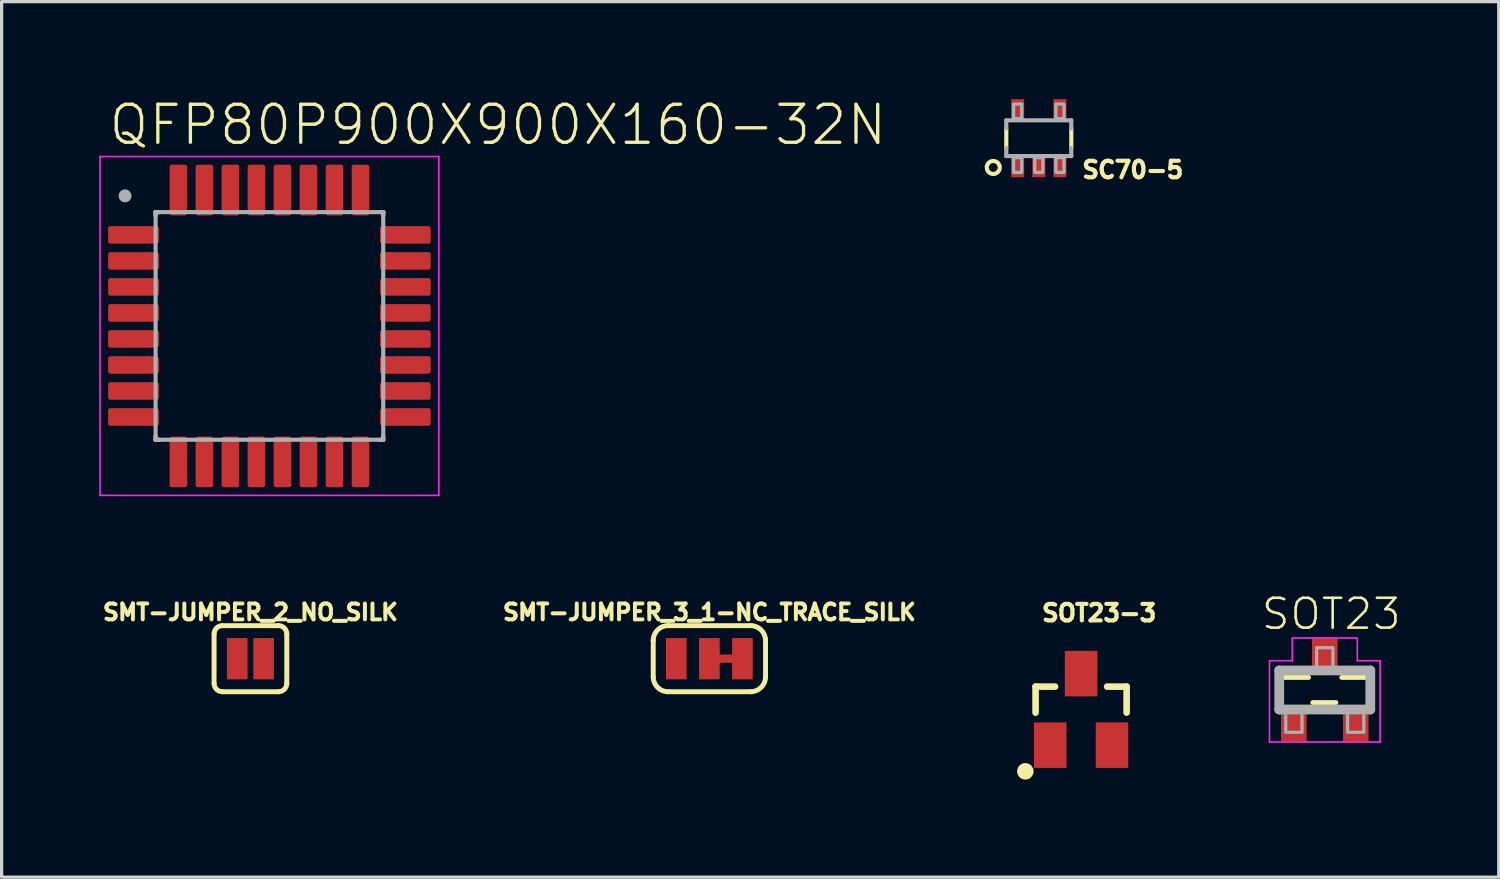
<source format=kicad_pcb>
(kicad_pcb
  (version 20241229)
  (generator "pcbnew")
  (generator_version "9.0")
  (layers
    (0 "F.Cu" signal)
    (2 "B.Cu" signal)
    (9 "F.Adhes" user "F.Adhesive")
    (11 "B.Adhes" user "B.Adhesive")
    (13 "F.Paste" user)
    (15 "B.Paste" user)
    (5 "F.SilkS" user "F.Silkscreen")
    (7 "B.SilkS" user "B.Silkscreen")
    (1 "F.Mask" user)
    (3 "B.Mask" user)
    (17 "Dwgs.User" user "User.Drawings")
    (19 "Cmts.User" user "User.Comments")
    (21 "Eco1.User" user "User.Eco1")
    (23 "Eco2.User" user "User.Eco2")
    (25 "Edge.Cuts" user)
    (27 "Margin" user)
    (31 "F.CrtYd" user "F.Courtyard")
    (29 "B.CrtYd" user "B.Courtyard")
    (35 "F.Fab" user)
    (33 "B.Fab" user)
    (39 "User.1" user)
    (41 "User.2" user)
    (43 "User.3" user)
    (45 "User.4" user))
  (footprint "QFP80P900X900X160-32N"
    (layer "F.Cu")
    (at 5.235 6.973)
    (property "Reference" "QFP80P900X900X160-32N" (at -5 -5.5 0) (layer "F.SilkS") (effects (font (size 1.168 1.168) (thickness 0.102)) (justify left bottom)))
    (fp_line (start -3.5 -3.5) (end -3.5 -3.39) (stroke (width 0.127) (type solid)) (layer "F.SilkS"))
    (fp_line (start -3.5 -3.5) (end -3.39 -3.5) (stroke (width 0.127) (type solid)) (layer "F.SilkS"))
    (fp_line (start -3.5 3.5) (end -3.5 3.39) (stroke (width 0.127) (type solid)) (layer "F.SilkS"))
    (fp_line (start -3.5 3.5) (end -3.39 3.5) (stroke (width 0.127) (type solid)) (layer "F.SilkS"))
    (fp_line (start 3.5 -3.5) (end 3.39 -3.5) (stroke (width 0.127) (type solid)) (layer "F.SilkS"))
    (fp_line (start 3.5 -3.5) (end 3.5 -3.39) (stroke (width 0.127) (type solid)) (layer "F.SilkS"))
    (fp_line (start 3.5 3.5) (end 3.39 3.5) (stroke (width 0.127) (type solid)) (layer "F.SilkS"))
    (fp_line (start 3.5 3.5) (end 3.5 3.39) (stroke (width 0.127) (type solid)) (layer "F.SilkS"))
    (fp_line (start -5.21 -5.21) (end 5.21 -5.21) (stroke (width 0.05) (type solid)) (layer "F.CrtYd"))
    (fp_line (start -5.21 5.21) (end -5.21 -5.21) (stroke (width 0.05) (type solid)) (layer "F.CrtYd"))
    (fp_line (start -5.21 5.21) (end 5.21 5.21) (stroke (width 0.05) (type solid)) (layer "F.CrtYd"))
    (fp_line (start 5.21 5.21) (end 5.21 -5.21) (stroke (width 0.05) (type solid)) (layer "F.CrtYd"))
    (fp_line (start -3.5 3.5) (end -3.5 -3.5) (stroke (width 0.127) (type solid)) (layer "F.Fab"))
    (fp_line (start 3.5 -3.5) (end -3.5 -3.5) (stroke (width 0.127) (type solid)) (layer "F.Fab"))
    (fp_line (start 3.5 3.5) (end -3.5 3.5) (stroke (width 0.127) (type solid)) (layer "F.Fab"))
    (fp_line (start 3.5 3.5) (end 3.5 -3.5) (stroke (width 0.127) (type solid)) (layer "F.Fab"))
    (fp_circle (center -4.44 -4) (end -4.34 -4) (stroke (width 0.2) (type solid)) (fill no) (layer "F.Fab"))
    (pad "1" smd roundrect (at -4.18 -2.8) (size 1.56 0.54) (layers "F.Cu" "F.Mask" "F.Paste") (roundrect_rratio 0.125))
    (pad "2" smd roundrect (at -4.18 -2) (size 1.56 0.54) (layers "F.Cu" "F.Mask" "F.Paste") (roundrect_rratio 0.125))
    (pad "3" smd roundrect (at -4.18 -1.2) (size 1.56 0.54) (layers "F.Cu" "F.Mask" "F.Paste") (roundrect_rratio 0.125))
    (pad "4" smd roundrect (at -4.18 -0.4) (size 1.56 0.54) (layers "F.Cu" "F.Mask" "F.Paste") (roundrect_rratio 0.125))
    (pad "5" smd roundrect (at -4.18 0.4) (size 1.56 0.54) (layers "F.Cu" "F.Mask" "F.Paste") (roundrect_rratio 0.125))
    (pad "6" smd roundrect (at -4.18 1.2) (size 1.56 0.54) (layers "F.Cu" "F.Mask" "F.Paste") (roundrect_rratio 0.125))
    (pad "7" smd roundrect (at -4.18 2) (size 1.56 0.54) (layers "F.Cu" "F.Mask" "F.Paste") (roundrect_rratio 0.125))
    (pad "8" smd roundrect (at -4.18 2.8) (size 1.56 0.54) (layers "F.Cu" "F.Mask" "F.Paste") (roundrect_rratio 0.125))
    (pad "9" smd roundrect (at -2.8 4.18 90) (size 1.56 0.54) (layers "F.Cu" "F.Mask" "F.Paste") (roundrect_rratio 0.125))
    (pad "10" smd roundrect (at -2 4.18 90) (size 1.56 0.54) (layers "F.Cu" "F.Mask" "F.Paste") (roundrect_rratio 0.125))
    (pad "11" smd roundrect (at -1.2 4.18 90) (size 1.56 0.54) (layers "F.Cu" "F.Mask" "F.Paste") (roundrect_rratio 0.125))
    (pad "12" smd roundrect (at -0.4 4.18 90) (size 1.56 0.54) (layers "F.Cu" "F.Mask" "F.Paste") (roundrect_rratio 0.125))
    (pad "13" smd roundrect (at 0.4 4.18 90) (size 1.56 0.54) (layers "F.Cu" "F.Mask" "F.Paste") (roundrect_rratio 0.125))
    (pad "14" smd roundrect (at 1.2 4.18 90) (size 1.56 0.54) (layers "F.Cu" "F.Mask" "F.Paste") (roundrect_rratio 0.125))
    (pad "15" smd roundrect (at 2 4.18 90) (size 1.56 0.54) (layers "F.Cu" "F.Mask" "F.Paste") (roundrect_rratio 0.125))
    (pad "16" smd roundrect (at 2.8 4.18 90) (size 1.56 0.54) (layers "F.Cu" "F.Mask" "F.Paste") (roundrect_rratio 0.125))
    (pad "17" smd roundrect (at 4.18 2.8) (size 1.56 0.54) (layers "F.Cu" "F.Mask" "F.Paste") (roundrect_rratio 0.125))
    (pad "18" smd roundrect (at 4.18 2) (size 1.56 0.54) (layers "F.Cu" "F.Mask" "F.Paste") (roundrect_rratio 0.125))
    (pad "19" smd roundrect (at 4.18 1.2) (size 1.56 0.54) (layers "F.Cu" "F.Mask" "F.Paste") (roundrect_rratio 0.125))
    (pad "20" smd roundrect (at 4.18 0.4) (size 1.56 0.54) (layers "F.Cu" "F.Mask" "F.Paste") (roundrect_rratio 0.125))
    (pad "21" smd roundrect (at 4.18 -0.4) (size 1.56 0.54) (layers "F.Cu" "F.Mask" "F.Paste") (roundrect_rratio 0.125))
    (pad "22" smd roundrect (at 4.18 -1.2) (size 1.56 0.54) (layers "F.Cu" "F.Mask" "F.Paste") (roundrect_rratio 0.125))
    (pad "23" smd roundrect (at 4.18 -2) (size 1.56 0.54) (layers "F.Cu" "F.Mask" "F.Paste") (roundrect_rratio 0.125))
    (pad "24" smd roundrect (at 4.18 -2.8) (size 1.56 0.54) (layers "F.Cu" "F.Mask" "F.Paste") (roundrect_rratio 0.125))
    (pad "25" smd roundrect (at 2.8 -4.18 90) (size 1.56 0.54) (layers "F.Cu" "F.Mask" "F.Paste") (roundrect_rratio 0.125))
    (pad "26" smd roundrect (at 2 -4.18 90) (size 1.56 0.54) (layers "F.Cu" "F.Mask" "F.Paste") (roundrect_rratio 0.125))
    (pad "27" smd roundrect (at 1.2 -4.18 90) (size 1.56 0.54) (layers "F.Cu" "F.Mask" "F.Paste") (roundrect_rratio 0.125))
    (pad "28" smd roundrect (at 0.4 -4.18 90) (size 1.56 0.54) (layers "F.Cu" "F.Mask" "F.Paste") (roundrect_rratio 0.125))
    (pad "29" smd roundrect (at -0.4 -4.18 90) (size 1.56 0.54) (layers "F.Cu" "F.Mask" "F.Paste") (roundrect_rratio 0.125))
    (pad "30" smd roundrect (at -1.2 -4.18 90) (size 1.56 0.54) (layers "F.Cu" "F.Mask" "F.Paste") (roundrect_rratio 0.125))
    (pad "31" smd roundrect (at -2 -4.18 90) (size 1.56 0.54) (layers "F.Cu" "F.Mask" "F.Paste") (roundrect_rratio 0.125))
    (pad "32" smd roundrect (at -2.8 -4.18 90) (size 1.56 0.54) (layers "F.Cu" "F.Mask" "F.Paste") (roundrect_rratio 0.125)))
  (footprint "SOT23-3"
    (layer "F.Cu")
    (at 30.195 18.764)
    (property "Reference" "SOT23-3" (at -1.27 -2.667 0) (layer "F.SilkS") (effects (font (size 0.508 0.508) (thickness 0.127)) (justify left bottom)))
    (fp_line (start -1.4 -0.7) (end -1.4 0.1) (stroke (width 0.203) (type solid)) (layer "F.SilkS"))
    (fp_line (start -0.8 -0.7) (end -1.4 -0.7) (stroke (width 0.203) (type solid)) (layer "F.SilkS"))
    (fp_line (start 0.8 -0.7) (end 1.4 -0.7) (stroke (width 0.203) (type solid)) (layer "F.SilkS"))
    (fp_line (start 1.4 -0.7) (end 1.4 0.1) (stroke (width 0.203) (type solid)) (layer "F.SilkS"))
    (fp_circle (center -1.714 1.905) (end -1.587 1.905) (stroke (width 0.254) (type solid)) (fill no) (layer "F.SilkS"))
    (pad "1" smd rect (at -0.95 1.1) (size 1 1.4) (layers "F.Cu" "F.Mask" "F.Paste"))
    (pad "2" smd rect (at 0.95 1.1) (size 1 1.4) (layers "F.Cu" "F.Mask" "F.Paste"))
    (pad "3" smd rect (at 0 -1.1) (size 1 1.4) (layers "F.Cu" "F.Mask" "F.Paste")))
  (footprint "SMT-JUMPER_2_NO_SILK"
    (layer "F.Cu")
    (at 4.651 17.205)
    (property "Reference" "SMT-JUMPER_2_NO_SILK" (at 0 -1.143 0) (layer "F.SilkS") (effects (font (size 0.488 0.488) (thickness 0.122)) (justify bottom)))
    (fp_line (start -1.118 0.762) (end -1.118 -0.762) (stroke (width 0.152) (type solid)) (layer "F.SilkS"))
    (fp_line (start -0.864 -1.016) (end 0.864 -1.016) (stroke (width 0.152) (type solid)) (layer "F.SilkS"))
    (fp_line (start 0.864 1.016) (end -0.864 1.016) (stroke (width 0.152) (type solid)) (layer "F.SilkS"))
    (fp_line (start 1.118 0.762) (end 1.118 -0.762) (stroke (width 0.152) (type solid)) (layer "F.SilkS"))
    (fp_arc (start -1.1176 -0.762) (mid -1.043205 -0.941605) (end -0.8636 -1.016) (stroke (width 0.1524) (type solid)) (layer "F.SilkS"))
    (fp_arc (start -0.8636 1.016) (mid -1.043205 0.941605) (end -1.1176 0.762) (stroke (width 0.1524) (type solid)) (layer "F.SilkS"))
    (fp_arc (start 0.8636 -1.016) (mid 1.043205 -0.941605) (end 1.1176 -0.762) (stroke (width 0.1524) (type solid)) (layer "F.SilkS"))
    (fp_arc (start 1.1176 0.762) (mid 1.043205 0.941605) (end 0.8636 1.016) (stroke (width 0.1524) (type solid)) (layer "F.SilkS"))
    (pad "1" smd rect (at -0.406 0) (size 0.635 1.27) (layers "F.Cu" "F.Mask"))
    (pad "2" smd rect (at 0.406 0) (size 0.635 1.27) (layers "F.Cu" "F.Mask")))
  (footprint "SOT23"
    (layer "F.Cu")
    (at 37.688 18.168)
    (property "Reference" "SOT23" (at -2 -1.8 0) (layer "F.SilkS") (effects (font (size 0.92 0.92) (thickness 0.08)) (justify left bottom)))
    (fp_line (start -1.387 -0.386) (end -0.498 -0.386) (stroke (width 0.15) (type solid)) (layer "F.SilkS"))
    (fp_line (start -1.387 0.368) (end -1.387 -0.386) (stroke (width 0.15) (type solid)) (layer "F.SilkS"))
    (fp_line (start -0.368 0.386) (end 0.343 0.386) (stroke (width 0.15) (type solid)) (layer "F.SilkS"))
    (fp_line (start 1.387 -0.386) (end 0.523 -0.386) (stroke (width 0.15) (type solid)) (layer "F.SilkS"))
    (fp_line (start 1.387 0.368) (end 1.387 -0.386) (stroke (width 0.15) (type solid)) (layer "F.SilkS"))
    (fp_line (start -1.7 -0.9) (end -1.7 1.6) (stroke (width 0.05) (type solid)) (layer "F.CrtYd"))
    (fp_line (start -1.7 1.6) (end 1.7 1.6) (stroke (width 0.05) (type solid)) (layer "F.CrtYd"))
    (fp_line (start -1 -1.6) (end -1 -0.9) (stroke (width 0.05) (type solid)) (layer "F.CrtYd"))
    (fp_line (start -1 -0.9) (end -1.7 -0.9) (stroke (width 0.05) (type solid)) (layer "F.CrtYd"))
    (fp_line (start 1 -1.6) (end -1 -1.6) (stroke (width 0.05) (type solid)) (layer "F.CrtYd"))
    (fp_line (start 1 -0.9) (end 1 -1.6) (stroke (width 0.05) (type solid)) (layer "F.CrtYd"))
    (fp_line (start 1.7 -0.9) (end 1 -0.9) (stroke (width 0.05) (type solid)) (layer "F.CrtYd"))
    (fp_line (start 1.7 1.6) (end 1.7 -0.9) (stroke (width 0.05) (type solid)) (layer "F.CrtYd"))
    (fp_line (start -1.4 -0.6) (end -1.4 0.6) (stroke (width 0.3) (type solid)) (layer "F.Fab"))
    (fp_line (start -1.4 0.6) (end 1.4 0.6) (stroke (width 0.3) (type solid)) (layer "F.Fab"))
    (fp_line (start 1.4 -0.6) (end -1.4 -0.6) (stroke (width 0.3) (type solid)) (layer "F.Fab"))
    (fp_line (start 1.4 0.6) (end 1.4 -0.6) (stroke (width 0.3) (type solid)) (layer "F.Fab"))
    (fp_poly (pts (xy -1.2 1.3) (xy -0.7 1.3) (xy -0.7 0.65) (xy -1.2 0.65)) (stroke (width 0.1) (type solid)) (fill no) (layer "F.Fab"))
    (fp_poly (pts (xy -0.25 -0.65) (xy 0.25 -0.65) (xy 0.25 -1.3) (xy -0.25 -1.3)) (stroke (width 0.1) (type solid)) (fill no) (layer "F.Fab"))
    (fp_poly (pts (xy 0.7 1.3) (xy 1.2 1.3) (xy 1.2 0.65) (xy 0.7 0.65)) (stroke (width 0.1) (type solid)) (fill no) (layer "F.Fab"))
    (pad "1" smd rect (at -0.953 1.143) (size 0.787 0.889) (layers "F.Cu" "F.Mask" "F.Paste"))
    (pad "2" smd rect (at 0.953 1.143) (size 0.787 0.889) (layers "F.Cu" "F.Mask" "F.Paste"))
    (pad "3" smd rect (at 0 -1.143) (size 0.787 0.889) (layers "F.Cu" "F.Mask" "F.Paste")))
  (footprint "SMT-JUMPER_3_1-NC_TRACE_SILK"
    (layer "F.Cu")
    (at 18.764 17.205)
    (property "Reference" "SMT-JUMPER_3_1-NC_TRACE_SILK" (at 0 -1.143 0) (layer "F.SilkS") (effects (font (size 0.488 0.488) (thickness 0.122)) (justify bottom)))
    (fp_line (start 0 0) (end 1.016 0) (stroke (width 0.254) (type solid)) (layer "F.Cu"))
    (fp_poly (pts (xy 0.762 0.191) (xy 0.254 0.191) (xy 0.254 -0.191) (xy 0.762 -0.191)) (stroke (width 0.1) (type solid)) (fill no) (layer "F.Mask"))
    (fp_line (start -1.727 0.559) (end -1.727 -0.559) (stroke (width 0.152) (type solid)) (layer "F.SilkS"))
    (fp_line (start -1.27 -1.016) (end 1.27 -1.016) (stroke (width 0.152) (type solid)) (layer "F.SilkS"))
    (fp_line (start 1.27 1.016) (end -1.27 1.016) (stroke (width 0.152) (type solid)) (layer "F.SilkS"))
    (fp_line (start 1.727 0.559) (end 1.727 -0.559) (stroke (width 0.152) (type solid)) (layer "F.SilkS"))
    (fp_arc (start -1.7272 -0.5588) (mid -1.593289 -0.882089) (end -1.27 -1.016) (stroke (width 0.1524) (type solid)) (layer "F.SilkS"))
    (fp_arc (start -1.27 1.016) (mid -1.593289 0.882089) (end -1.7272 0.5588) (stroke (width 0.1524) (type solid)) (layer "F.SilkS"))
    (fp_arc (start 1.27 -1.016) (mid 1.593289 -0.882089) (end 1.7272 -0.5588) (stroke (width 0.1524) (type solid)) (layer "F.SilkS"))
    (fp_arc (start 1.7272 0.5588) (mid 1.593289 0.882089) (end 1.27 1.016) (stroke (width 0.1524) (type solid)) (layer "F.SilkS"))
    (pad "1" smd rect (at -1.016 0) (size 0.635 1.27) (layers "F.Cu" "F.Mask"))
    (pad "2" smd rect (at 0 0) (size 0.635 1.27) (layers "F.Cu" "F.Mask"))
    (pad "3" smd rect (at 1.016 0) (size 0.635 1.27) (layers "F.Cu" "F.Mask")))
  (footprint "SC70-5"
    (layer "F.Cu")
    (at 28.894 1.2)
    (property "Reference" "SC70-5" (at 1.27 1.27 0) (layer "F.SilkS") (effects (font (size 0.508 0.508) (thickness 0.127)) (justify left bottom)))
    (fp_line (start -1 -0.3) (end -1 0.3) (stroke (width 0.127) (type solid)) (layer "F.SilkS"))
    (fp_line (start 1 0.3) (end 1 -0.3) (stroke (width 0.127) (type solid)) (layer "F.SilkS"))
    (fp_circle (center -1.4 0.9) (end -1.2 0.9) (stroke (width 0.127) (type solid)) (fill no) (layer "F.SilkS"))
    (fp_line (start -1 -0.55) (end -1 -0.3) (stroke (width 0.127) (type solid)) (layer "F.Fab"))
    (fp_line (start -1 0.55) (end -1 0.3) (stroke (width 0.127) (type solid)) (layer "F.Fab"))
    (fp_line (start -1 0.55) (end 1 0.55) (stroke (width 0.127) (type solid)) (layer "F.Fab"))
    (fp_line (start 1 -0.55) (end -1 -0.55) (stroke (width 0.127) (type solid)) (layer "F.Fab"))
    (fp_line (start 1 -0.55) (end 1 -0.3) (stroke (width 0.127) (type solid)) (layer "F.Fab"))
    (fp_line (start 1 0.55) (end 1 0.3) (stroke (width 0.127) (type solid)) (layer "F.Fab"))
    (fp_poly (pts (xy -0.775 -0.6) (xy -0.525 -0.6) (xy -0.525 -1.05) (xy -0.775 -1.05)) (stroke (width 0.1) (type solid)) (fill no) (layer "F.Fab"))
    (fp_poly (pts (xy -0.775 1.05) (xy -0.525 1.05) (xy -0.525 0.6) (xy -0.775 0.6)) (stroke (width 0.1) (type solid)) (fill no) (layer "F.Fab"))
    (fp_poly (pts (xy -0.125 1.05) (xy 0.125 1.05) (xy 0.125 0.6) (xy -0.125 0.6)) (stroke (width 0.1) (type solid)) (fill no) (layer "F.Fab"))
    (fp_poly (pts (xy 0.525 -0.6) (xy 0.775 -0.6) (xy 0.775 -1.05) (xy 0.525 -1.05)) (stroke (width 0.1) (type solid)) (fill no) (layer "F.Fab"))
    (fp_poly (pts (xy 0.525 1.05) (xy 0.775 1.05) (xy 0.775 0.6) (xy 0.525 0.6)) (stroke (width 0.1) (type solid)) (fill no) (layer "F.Fab"))
    (pad "1" smd rect (at -0.65 0.85) (size 0.4 0.7) (layers "F.Cu" "F.Mask" "F.Paste"))
    (pad "2" smd rect (at 0 0.85) (size 0.4 0.7) (layers "F.Cu" "F.Mask" "F.Paste"))
    (pad "3" smd rect (at 0.65 0.85) (size 0.4 0.7) (layers "F.Cu" "F.Mask" "F.Paste"))
    (pad "4" smd rect (at 0.65 -0.85) (size 0.4 0.7) (layers "F.Cu" "F.Mask" "F.Paste"))
    (pad "5" smd rect (at -0.65 -0.85) (size 0.4 0.7) (layers "F.Cu" "F.Mask" "F.Paste")))
  (gr_rect
    (start -3 -3)
    (end 43.037 23.923)
    (stroke (width 0.1) (type default))
    (fill no)
    (layer "Edge.Cuts")))
</source>
